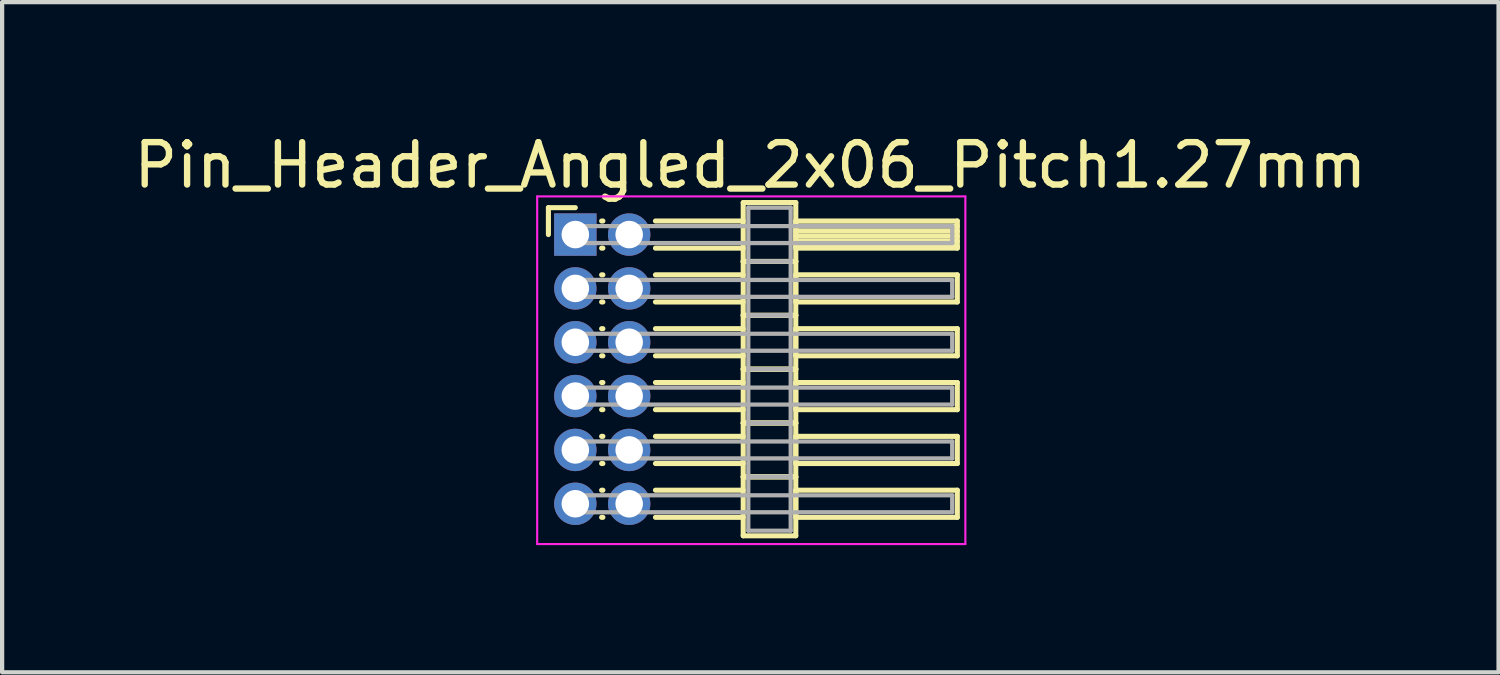
<source format=kicad_pcb>
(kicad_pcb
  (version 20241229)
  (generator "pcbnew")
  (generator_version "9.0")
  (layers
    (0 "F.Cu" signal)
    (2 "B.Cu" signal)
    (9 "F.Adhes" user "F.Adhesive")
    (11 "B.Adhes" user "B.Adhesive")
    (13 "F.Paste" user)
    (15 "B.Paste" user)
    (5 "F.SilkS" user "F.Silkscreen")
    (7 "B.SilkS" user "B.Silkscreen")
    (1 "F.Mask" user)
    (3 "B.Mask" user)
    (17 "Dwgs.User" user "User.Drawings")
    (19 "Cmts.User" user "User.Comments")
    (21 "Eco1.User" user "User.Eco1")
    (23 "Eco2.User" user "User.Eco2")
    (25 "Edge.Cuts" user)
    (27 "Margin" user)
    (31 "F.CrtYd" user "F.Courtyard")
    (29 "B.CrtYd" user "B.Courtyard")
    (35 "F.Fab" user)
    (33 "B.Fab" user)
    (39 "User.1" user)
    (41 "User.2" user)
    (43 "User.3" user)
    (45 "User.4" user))
  (footprint "Pin_Header_Angled_2x06_Pitch1.27mm"
    (layer "F.Cu")
    (at 10.521 2.483)
    (property "Reference" "Pin_Header_Angled_2x06_Pitch1.27mm" (at 4.128 -1.635 0) (layer "F.SilkS") (effects (font (size 1 1) (thickness 0.15))))
    (attr through_hole)
    (fp_line (start -0.635 -0.635) (end 0 -0.635) (stroke (width 0.12) (type solid)) (layer "F.SilkS"))
    (fp_line (start -0.635 0) (end -0.635 -0.635) (stroke (width 0.12) (type solid)) (layer "F.SilkS"))
    (fp_line (start 0.62 -0.32) (end 0.65 -0.32) (stroke (width 0.12) (type solid)) (layer "F.SilkS"))
    (fp_line (start 0.62 0.32) (end 0.65 0.32) (stroke (width 0.12) (type solid)) (layer "F.SilkS"))
    (fp_line (start 0.62 0.95) (end 0.65 0.95) (stroke (width 0.12) (type solid)) (layer "F.SilkS"))
    (fp_line (start 0.62 1.59) (end 0.65 1.59) (stroke (width 0.12) (type solid)) (layer "F.SilkS"))
    (fp_line (start 0.62 2.22) (end 0.65 2.22) (stroke (width 0.12) (type solid)) (layer "F.SilkS"))
    (fp_line (start 0.62 2.86) (end 0.65 2.86) (stroke (width 0.12) (type solid)) (layer "F.SilkS"))
    (fp_line (start 0.62 3.49) (end 0.65 3.49) (stroke (width 0.12) (type solid)) (layer "F.SilkS"))
    (fp_line (start 0.62 4.13) (end 0.65 4.13) (stroke (width 0.12) (type solid)) (layer "F.SilkS"))
    (fp_line (start 0.62 4.76) (end 0.65 4.76) (stroke (width 0.12) (type solid)) (layer "F.SilkS"))
    (fp_line (start 0.62 5.4) (end 0.65 5.4) (stroke (width 0.12) (type solid)) (layer "F.SilkS"))
    (fp_line (start 0.62 6.03) (end 0.65 6.03) (stroke (width 0.12) (type solid)) (layer "F.SilkS"))
    (fp_line (start 0.62 6.67) (end 0.65 6.67) (stroke (width 0.12) (type solid)) (layer "F.SilkS"))
    (fp_line (start 1.89 -0.32) (end 3.96 -0.32) (stroke (width 0.12) (type solid)) (layer "F.SilkS"))
    (fp_line (start 1.89 0.32) (end 3.96 0.32) (stroke (width 0.12) (type solid)) (layer "F.SilkS"))
    (fp_line (start 1.89 0.95) (end 3.96 0.95) (stroke (width 0.12) (type solid)) (layer "F.SilkS"))
    (fp_line (start 1.89 1.59) (end 3.96 1.59) (stroke (width 0.12) (type solid)) (layer "F.SilkS"))
    (fp_line (start 1.89 2.22) (end 3.96 2.22) (stroke (width 0.12) (type solid)) (layer "F.SilkS"))
    (fp_line (start 1.89 2.86) (end 3.96 2.86) (stroke (width 0.12) (type solid)) (layer "F.SilkS"))
    (fp_line (start 1.89 3.49) (end 3.96 3.49) (stroke (width 0.12) (type solid)) (layer "F.SilkS"))
    (fp_line (start 1.89 4.13) (end 3.96 4.13) (stroke (width 0.12) (type solid)) (layer "F.SilkS"))
    (fp_line (start 1.89 4.76) (end 3.96 4.76) (stroke (width 0.12) (type solid)) (layer "F.SilkS"))
    (fp_line (start 1.89 5.4) (end 3.96 5.4) (stroke (width 0.12) (type solid)) (layer "F.SilkS"))
    (fp_line (start 1.89 6.03) (end 3.96 6.03) (stroke (width 0.12) (type solid)) (layer "F.SilkS"))
    (fp_line (start 1.89 6.67) (end 3.96 6.67) (stroke (width 0.12) (type solid)) (layer "F.SilkS"))
    (fp_line (start 3.96 -0.755) (end 3.96 0.635) (stroke (width 0.12) (type solid)) (layer "F.SilkS"))
    (fp_line (start 3.96 0.635) (end 3.96 1.905) (stroke (width 0.12) (type solid)) (layer "F.SilkS"))
    (fp_line (start 3.96 0.635) (end 5.2 0.635) (stroke (width 0.12) (type solid)) (layer "F.SilkS"))
    (fp_line (start 3.96 1.905) (end 3.96 3.175) (stroke (width 0.12) (type solid)) (layer "F.SilkS"))
    (fp_line (start 3.96 1.905) (end 5.2 1.905) (stroke (width 0.12) (type solid)) (layer "F.SilkS"))
    (fp_line (start 3.96 3.175) (end 3.96 4.445) (stroke (width 0.12) (type solid)) (layer "F.SilkS"))
    (fp_line (start 3.96 3.175) (end 5.2 3.175) (stroke (width 0.12) (type solid)) (layer "F.SilkS"))
    (fp_line (start 3.96 4.445) (end 3.96 5.715) (stroke (width 0.12) (type solid)) (layer "F.SilkS"))
    (fp_line (start 3.96 4.445) (end 5.2 4.445) (stroke (width 0.12) (type solid)) (layer "F.SilkS"))
    (fp_line (start 3.96 5.715) (end 3.96 7.105) (stroke (width 0.12) (type solid)) (layer "F.SilkS"))
    (fp_line (start 3.96 5.715) (end 5.2 5.715) (stroke (width 0.12) (type solid)) (layer "F.SilkS"))
    (fp_line (start 3.96 7.105) (end 5.2 7.105) (stroke (width 0.12) (type solid)) (layer "F.SilkS"))
    (fp_line (start 5.2 -0.755) (end 3.96 -0.755) (stroke (width 0.12) (type solid)) (layer "F.SilkS"))
    (fp_line (start 5.2 -0.32) (end 5.2 0.32) (stroke (width 0.12) (type solid)) (layer "F.SilkS"))
    (fp_line (start 5.2 -0.2) (end 9.01 -0.2) (stroke (width 0.12) (type solid)) (layer "F.SilkS"))
    (fp_line (start 5.2 -0.08) (end 9.01 -0.08) (stroke (width 0.12) (type solid)) (layer "F.SilkS"))
    (fp_line (start 5.2 0.04) (end 9.01 0.04) (stroke (width 0.12) (type solid)) (layer "F.SilkS"))
    (fp_line (start 5.2 0.16) (end 9.01 0.16) (stroke (width 0.12) (type solid)) (layer "F.SilkS"))
    (fp_line (start 5.2 0.28) (end 9.01 0.28) (stroke (width 0.12) (type solid)) (layer "F.SilkS"))
    (fp_line (start 5.2 0.32) (end 9.01 0.32) (stroke (width 0.12) (type solid)) (layer "F.SilkS"))
    (fp_line (start 5.2 0.635) (end 3.96 0.635) (stroke (width 0.12) (type solid)) (layer "F.SilkS"))
    (fp_line (start 5.2 0.635) (end 5.2 -0.755) (stroke (width 0.12) (type solid)) (layer "F.SilkS"))
    (fp_line (start 5.2 0.95) (end 5.2 1.59) (stroke (width 0.12) (type solid)) (layer "F.SilkS"))
    (fp_line (start 5.2 1.59) (end 9.01 1.59) (stroke (width 0.12) (type solid)) (layer "F.SilkS"))
    (fp_line (start 5.2 1.905) (end 3.96 1.905) (stroke (width 0.12) (type solid)) (layer "F.SilkS"))
    (fp_line (start 5.2 1.905) (end 5.2 0.635) (stroke (width 0.12) (type solid)) (layer "F.SilkS"))
    (fp_line (start 5.2 2.22) (end 5.2 2.86) (stroke (width 0.12) (type solid)) (layer "F.SilkS"))
    (fp_line (start 5.2 2.86) (end 9.01 2.86) (stroke (width 0.12) (type solid)) (layer "F.SilkS"))
    (fp_line (start 5.2 3.175) (end 3.96 3.175) (stroke (width 0.12) (type solid)) (layer "F.SilkS"))
    (fp_line (start 5.2 3.175) (end 5.2 1.905) (stroke (width 0.12) (type solid)) (layer "F.SilkS"))
    (fp_line (start 5.2 3.49) (end 5.2 4.13) (stroke (width 0.12) (type solid)) (layer "F.SilkS"))
    (fp_line (start 5.2 4.13) (end 9.01 4.13) (stroke (width 0.12) (type solid)) (layer "F.SilkS"))
    (fp_line (start 5.2 4.445) (end 3.96 4.445) (stroke (width 0.12) (type solid)) (layer "F.SilkS"))
    (fp_line (start 5.2 4.445) (end 5.2 3.175) (stroke (width 0.12) (type solid)) (layer "F.SilkS"))
    (fp_line (start 5.2 4.76) (end 5.2 5.4) (stroke (width 0.12) (type solid)) (layer "F.SilkS"))
    (fp_line (start 5.2 5.4) (end 9.01 5.4) (stroke (width 0.12) (type solid)) (layer "F.SilkS"))
    (fp_line (start 5.2 5.715) (end 3.96 5.715) (stroke (width 0.12) (type solid)) (layer "F.SilkS"))
    (fp_line (start 5.2 5.715) (end 5.2 4.445) (stroke (width 0.12) (type solid)) (layer "F.SilkS"))
    (fp_line (start 5.2 6.03) (end 5.2 6.67) (stroke (width 0.12) (type solid)) (layer "F.SilkS"))
    (fp_line (start 5.2 6.67) (end 9.01 6.67) (stroke (width 0.12) (type solid)) (layer "F.SilkS"))
    (fp_line (start 5.2 7.105) (end 5.2 5.715) (stroke (width 0.12) (type solid)) (layer "F.SilkS"))
    (fp_line (start 9.01 -0.32) (end 5.2 -0.32) (stroke (width 0.12) (type solid)) (layer "F.SilkS"))
    (fp_line (start 9.01 0.32) (end 9.01 -0.32) (stroke (width 0.12) (type solid)) (layer "F.SilkS"))
    (fp_line (start 9.01 0.95) (end 5.2 0.95) (stroke (width 0.12) (type solid)) (layer "F.SilkS"))
    (fp_line (start 9.01 1.59) (end 9.01 0.95) (stroke (width 0.12) (type solid)) (layer "F.SilkS"))
    (fp_line (start 9.01 2.22) (end 5.2 2.22) (stroke (width 0.12) (type solid)) (layer "F.SilkS"))
    (fp_line (start 9.01 2.86) (end 9.01 2.22) (stroke (width 0.12) (type solid)) (layer "F.SilkS"))
    (fp_line (start 9.01 3.49) (end 5.2 3.49) (stroke (width 0.12) (type solid)) (layer "F.SilkS"))
    (fp_line (start 9.01 4.13) (end 9.01 3.49) (stroke (width 0.12) (type solid)) (layer "F.SilkS"))
    (fp_line (start 9.01 4.76) (end 5.2 4.76) (stroke (width 0.12) (type solid)) (layer "F.SilkS"))
    (fp_line (start 9.01 5.4) (end 9.01 4.76) (stroke (width 0.12) (type solid)) (layer "F.SilkS"))
    (fp_line (start 9.01 6.03) (end 5.2 6.03) (stroke (width 0.12) (type solid)) (layer "F.SilkS"))
    (fp_line (start 9.01 6.67) (end 9.01 6.03) (stroke (width 0.12) (type solid)) (layer "F.SilkS"))
    (fp_line (start -0.9 -0.9) (end -0.9 7.3) (stroke (width 0.05) (type solid)) (layer "F.CrtYd"))
    (fp_line (start -0.9 7.3) (end 9.2 7.3) (stroke (width 0.05) (type solid)) (layer "F.CrtYd"))
    (fp_line (start 9.2 -0.9) (end -0.9 -0.9) (stroke (width 0.05) (type solid)) (layer "F.CrtYd"))
    (fp_line (start 9.2 7.3) (end 9.2 -0.9) (stroke (width 0.05) (type solid)) (layer "F.CrtYd"))
    (fp_line (start 0 -0.2) (end 0 0.2) (stroke (width 0.1) (type solid)) (layer "F.Fab"))
    (fp_line (start 0 0.2) (end 8.89 0.2) (stroke (width 0.1) (type solid)) (layer "F.Fab"))
    (fp_line (start 0 1.07) (end 0 1.47) (stroke (width 0.1) (type solid)) (layer "F.Fab"))
    (fp_line (start 0 1.47) (end 8.89 1.47) (stroke (width 0.1) (type solid)) (layer "F.Fab"))
    (fp_line (start 0 2.34) (end 0 2.74) (stroke (width 0.1) (type solid)) (layer "F.Fab"))
    (fp_line (start 0 2.74) (end 8.89 2.74) (stroke (width 0.1) (type solid)) (layer "F.Fab"))
    (fp_line (start 0 3.61) (end 0 4.01) (stroke (width 0.1) (type solid)) (layer "F.Fab"))
    (fp_line (start 0 4.01) (end 8.89 4.01) (stroke (width 0.1) (type solid)) (layer "F.Fab"))
    (fp_line (start 0 4.88) (end 0 5.28) (stroke (width 0.1) (type solid)) (layer "F.Fab"))
    (fp_line (start 0 5.28) (end 8.89 5.28) (stroke (width 0.1) (type solid)) (layer "F.Fab"))
    (fp_line (start 0 6.15) (end 0 6.55) (stroke (width 0.1) (type solid)) (layer "F.Fab"))
    (fp_line (start 0 6.55) (end 8.89 6.55) (stroke (width 0.1) (type solid)) (layer "F.Fab"))
    (fp_line (start 4.08 -0.635) (end 4.08 0.635) (stroke (width 0.1) (type solid)) (layer "F.Fab"))
    (fp_line (start 4.08 0.635) (end 4.08 1.905) (stroke (width 0.1) (type solid)) (layer "F.Fab"))
    (fp_line (start 4.08 0.635) (end 5.08 0.635) (stroke (width 0.1) (type solid)) (layer "F.Fab"))
    (fp_line (start 4.08 1.905) (end 4.08 3.175) (stroke (width 0.1) (type solid)) (layer "F.Fab"))
    (fp_line (start 4.08 1.905) (end 5.08 1.905) (stroke (width 0.1) (type solid)) (layer "F.Fab"))
    (fp_line (start 4.08 3.175) (end 4.08 4.445) (stroke (width 0.1) (type solid)) (layer "F.Fab"))
    (fp_line (start 4.08 3.175) (end 5.08 3.175) (stroke (width 0.1) (type solid)) (layer "F.Fab"))
    (fp_line (start 4.08 4.445) (end 4.08 5.715) (stroke (width 0.1) (type solid)) (layer "F.Fab"))
    (fp_line (start 4.08 4.445) (end 5.08 4.445) (stroke (width 0.1) (type solid)) (layer "F.Fab"))
    (fp_line (start 4.08 5.715) (end 4.08 6.985) (stroke (width 0.1) (type solid)) (layer "F.Fab"))
    (fp_line (start 4.08 5.715) (end 5.08 5.715) (stroke (width 0.1) (type solid)) (layer "F.Fab"))
    (fp_line (start 4.08 6.985) (end 5.08 6.985) (stroke (width 0.1) (type solid)) (layer "F.Fab"))
    (fp_line (start 5.08 -0.635) (end 4.08 -0.635) (stroke (width 0.1) (type solid)) (layer "F.Fab"))
    (fp_line (start 5.08 0.635) (end 4.08 0.635) (stroke (width 0.1) (type solid)) (layer "F.Fab"))
    (fp_line (start 5.08 0.635) (end 5.08 -0.635) (stroke (width 0.1) (type solid)) (layer "F.Fab"))
    (fp_line (start 5.08 1.905) (end 4.08 1.905) (stroke (width 0.1) (type solid)) (layer "F.Fab"))
    (fp_line (start 5.08 1.905) (end 5.08 0.635) (stroke (width 0.1) (type solid)) (layer "F.Fab"))
    (fp_line (start 5.08 3.175) (end 4.08 3.175) (stroke (width 0.1) (type solid)) (layer "F.Fab"))
    (fp_line (start 5.08 3.175) (end 5.08 1.905) (stroke (width 0.1) (type solid)) (layer "F.Fab"))
    (fp_line (start 5.08 4.445) (end 4.08 4.445) (stroke (width 0.1) (type solid)) (layer "F.Fab"))
    (fp_line (start 5.08 4.445) (end 5.08 3.175) (stroke (width 0.1) (type solid)) (layer "F.Fab"))
    (fp_line (start 5.08 5.715) (end 4.08 5.715) (stroke (width 0.1) (type solid)) (layer "F.Fab"))
    (fp_line (start 5.08 5.715) (end 5.08 4.445) (stroke (width 0.1) (type solid)) (layer "F.Fab"))
    (fp_line (start 5.08 6.985) (end 5.08 5.715) (stroke (width 0.1) (type solid)) (layer "F.Fab"))
    (fp_line (start 8.89 -0.2) (end 0 -0.2) (stroke (width 0.1) (type solid)) (layer "F.Fab"))
    (fp_line (start 8.89 0.2) (end 8.89 -0.2) (stroke (width 0.1) (type solid)) (layer "F.Fab"))
    (fp_line (start 8.89 1.07) (end 0 1.07) (stroke (width 0.1) (type solid)) (layer "F.Fab"))
    (fp_line (start 8.89 1.47) (end 8.89 1.07) (stroke (width 0.1) (type solid)) (layer "F.Fab"))
    (fp_line (start 8.89 2.34) (end 0 2.34) (stroke (width 0.1) (type solid)) (layer "F.Fab"))
    (fp_line (start 8.89 2.74) (end 8.89 2.34) (stroke (width 0.1) (type solid)) (layer "F.Fab"))
    (fp_line (start 8.89 3.61) (end 0 3.61) (stroke (width 0.1) (type solid)) (layer "F.Fab"))
    (fp_line (start 8.89 4.01) (end 8.89 3.61) (stroke (width 0.1) (type solid)) (layer "F.Fab"))
    (fp_line (start 8.89 4.88) (end 0 4.88) (stroke (width 0.1) (type solid)) (layer "F.Fab"))
    (fp_line (start 8.89 5.28) (end 8.89 4.88) (stroke (width 0.1) (type solid)) (layer "F.Fab"))
    (fp_line (start 8.89 6.15) (end 0 6.15) (stroke (width 0.1) (type solid)) (layer "F.Fab"))
    (fp_line (start 8.89 6.55) (end 8.89 6.15) (stroke (width 0.1) (type solid)) (layer "F.Fab"))
    (pad "1" thru_hole rect (at 0 0) (size 1 1) (drill 0.65) (layers "*.Cu" "*.Mask"))
    (pad "2" thru_hole oval (at 1.27 0) (size 1 1) (drill 0.65) (layers "*.Cu" "*.Mask"))
    (pad "3" thru_hole oval (at 0 1.27) (size 1 1) (drill 0.65) (layers "*.Cu" "*.Mask"))
    (pad "4" thru_hole oval (at 1.27 1.27) (size 1 1) (drill 0.65) (layers "*.Cu" "*.Mask"))
    (pad "5" thru_hole oval (at 0 2.54) (size 1 1) (drill 0.65) (layers "*.Cu" "*.Mask"))
    (pad "6" thru_hole oval (at 1.27 2.54) (size 1 1) (drill 0.65) (layers "*.Cu" "*.Mask"))
    (pad "7" thru_hole oval (at 0 3.81) (size 1 1) (drill 0.65) (layers "*.Cu" "*.Mask"))
    (pad "8" thru_hole oval (at 1.27 3.81) (size 1 1) (drill 0.65) (layers "*.Cu" "*.Mask"))
    (pad "9" thru_hole oval (at 0 5.08) (size 1 1) (drill 0.65) (layers "*.Cu" "*.Mask"))
    (pad "10" thru_hole oval (at 1.27 5.08) (size 1 1) (drill 0.65) (layers "*.Cu" "*.Mask"))
    (pad "11" thru_hole oval (at 0 6.35) (size 1 1) (drill 0.65) (layers "*.Cu" "*.Mask"))
    (pad "12" thru_hole oval (at 1.27 6.35) (size 1 1) (drill 0.65) (layers "*.Cu" "*.Mask")))
  (gr_rect
    (start -3 -3)
    (end 32.298 12.808)
    (stroke (width 0.1) (type default))
    (fill no)
    (layer "Edge.Cuts")))
</source>
